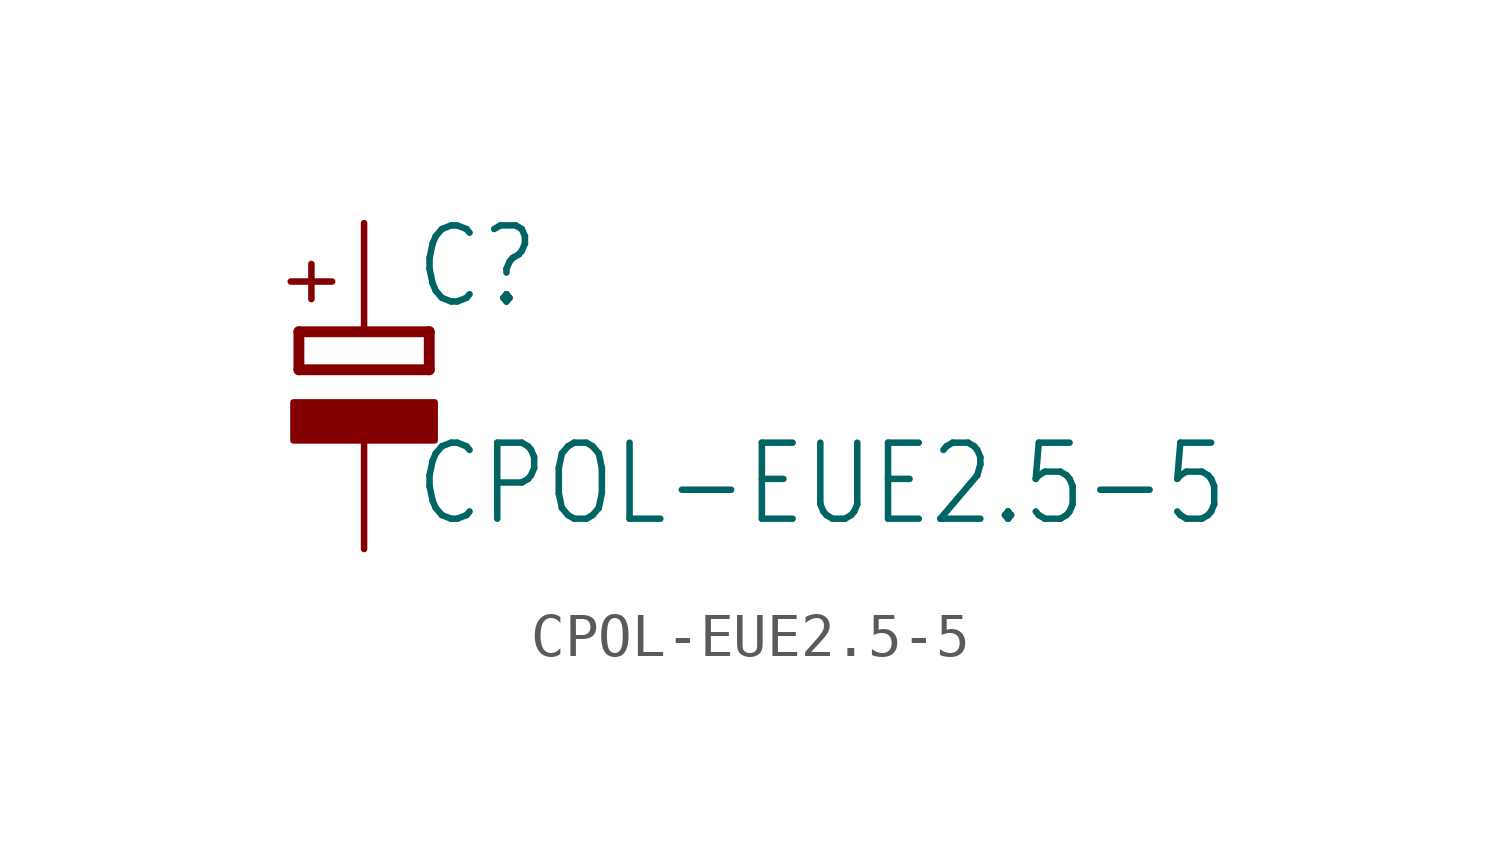
<source format=kicad_sym>
(kicad_symbol_lib
  (version 20210619)
  (generator kicad_symbol_editor)
  (symbol "CPOL-EUE2.5-5"
    (property "Reference" "C"
      (at 1.143 0.483 0)
      (effects (font (size 1.778 1.511)) (justify left bottom)))
    (property "Value" "CPOL-EUE2.5-5"
      (at 1.143 -4.597 0)
      (effects (font (size 1.778 1.511)) (justify left bottom)))
    (property "ki_locked" ""
      (at 0 0 0)
      (effects (font (size 1.27 1.27))))
    (symbol "CPOL-EUE2.5-5_1_0"
      (text "+" (at -0.584 0.406 900) (effects (font (size 1.27 1.079)) (justify left bottom)))
      (rectangle (start -1.651 -2.54) (end 1.651 -1.651) (stroke (width 0)) (fill (type outline)))
      (polyline (pts (xy -1.524 -0.889) (xy 1.524 -0.889)) (stroke (width 0.254)) (fill (type none)))
      (polyline (pts (xy -1.524 0) (xy -1.524 -0.889)) (stroke (width 0.254)) (fill (type none)))
      (polyline (pts (xy -1.524 0) (xy 1.524 0)) (stroke (width 0.254)) (fill (type none)))
      (polyline (pts (xy 1.524 -0.889) (xy 1.524 0)) (stroke (width 0.254)) (fill (type none)))
      (pin passive line (at 0 2.54 270) (length 2.54) (name "+" (effects (font (size 0 0)))) (number "+" (effects (font (size 0 0)))))
      (pin passive line (at 0 -5.08 90) (length 2.54) (name "-" (effects (font (size 0 0)))) (number "-" (effects (font (size 0 0))))))))
</source>
